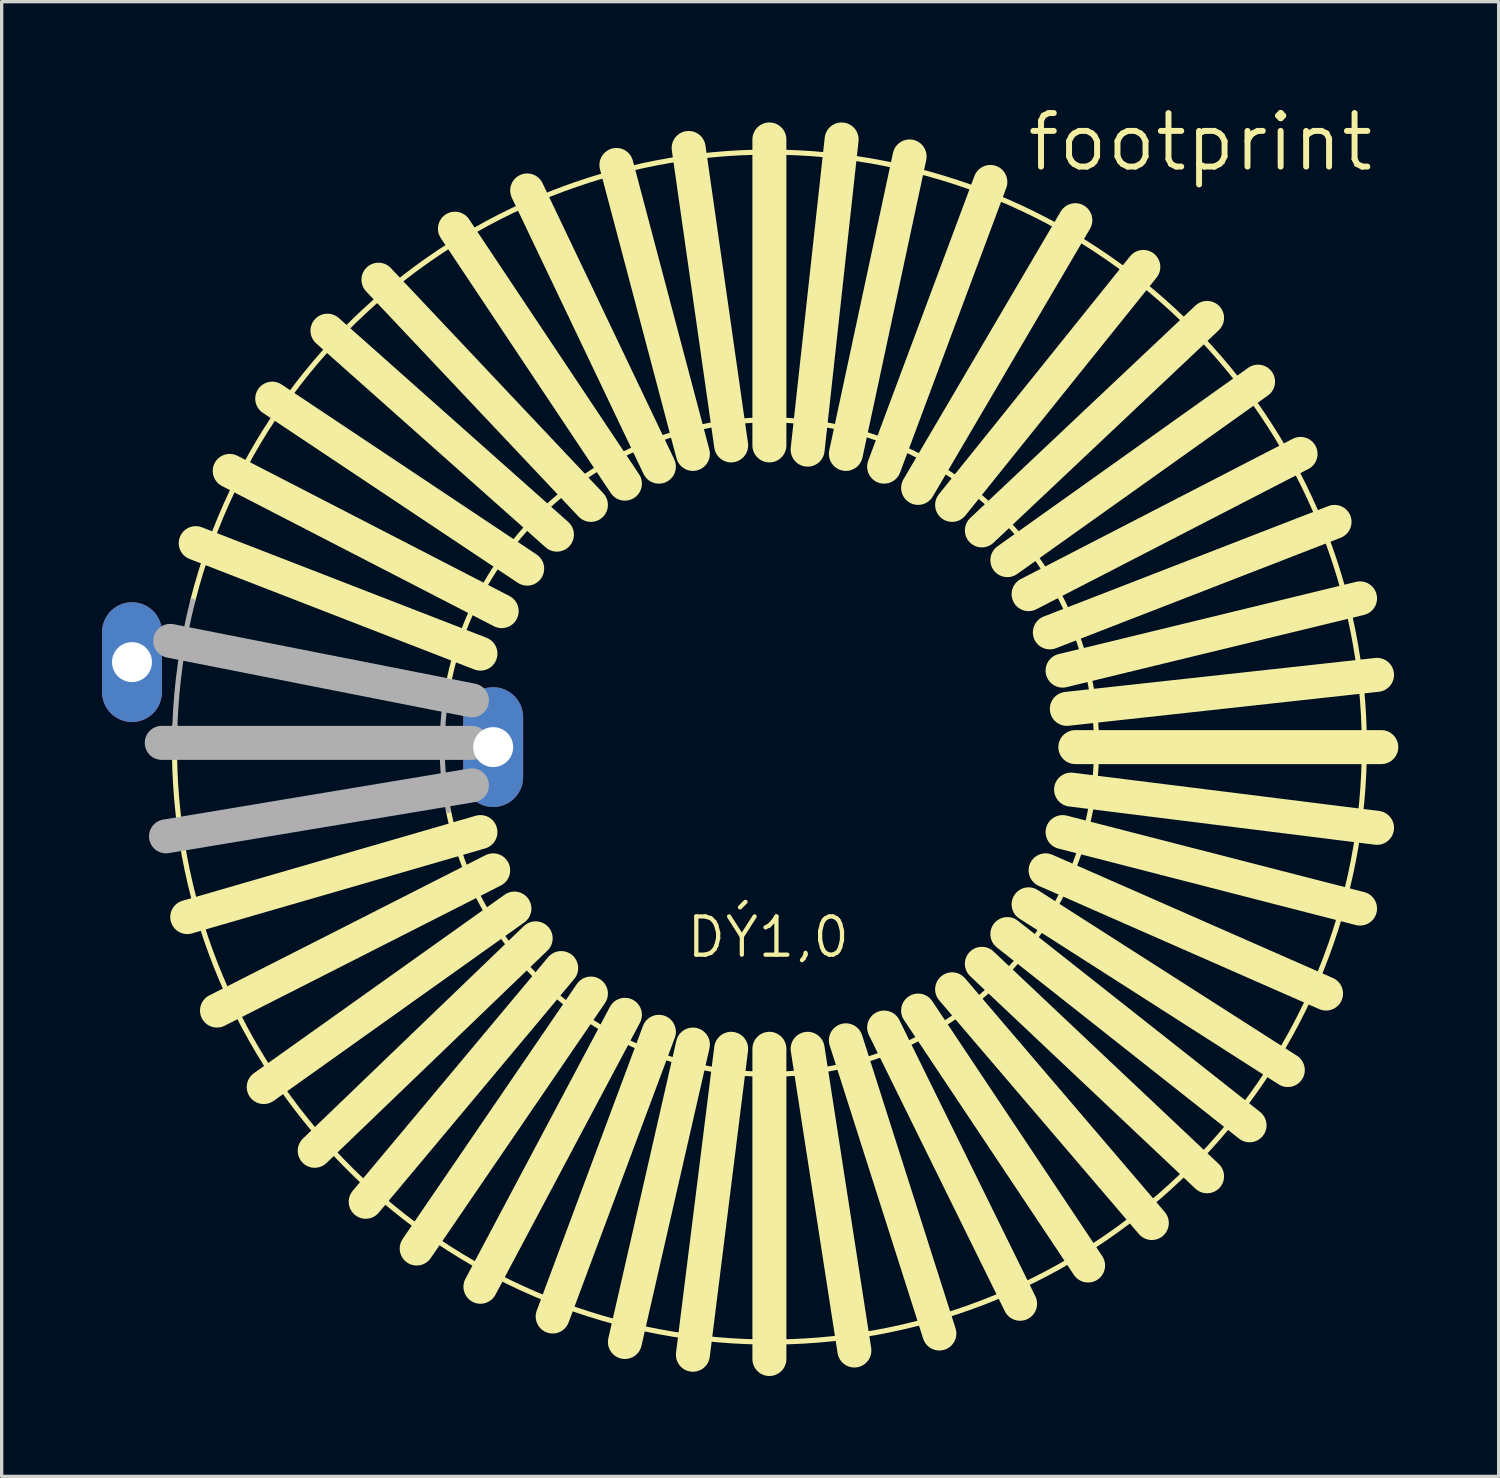
<source format=kicad_pcb>
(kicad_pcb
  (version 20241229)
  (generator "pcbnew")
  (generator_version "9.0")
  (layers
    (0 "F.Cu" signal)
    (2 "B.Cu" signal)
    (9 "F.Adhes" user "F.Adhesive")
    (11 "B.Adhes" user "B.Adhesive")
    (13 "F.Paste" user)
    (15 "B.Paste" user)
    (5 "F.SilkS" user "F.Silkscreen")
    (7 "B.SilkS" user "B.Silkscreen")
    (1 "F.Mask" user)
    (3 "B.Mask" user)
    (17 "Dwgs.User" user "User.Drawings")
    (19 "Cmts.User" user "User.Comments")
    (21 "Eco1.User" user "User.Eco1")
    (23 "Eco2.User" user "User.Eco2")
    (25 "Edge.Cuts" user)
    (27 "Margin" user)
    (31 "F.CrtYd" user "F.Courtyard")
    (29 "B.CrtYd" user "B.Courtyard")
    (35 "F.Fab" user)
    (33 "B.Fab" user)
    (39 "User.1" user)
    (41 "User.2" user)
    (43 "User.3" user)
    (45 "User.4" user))
  (footprint "footprint"
    (layer "F.Cu")
    (at 19.945 19.279)
    (property "Reference" "footprint" (at 7.62 -17.145 0) (layer "F.SilkS") (effects (font (size 1.6 1.6) (thickness 0.178)) (justify left bottom)))
    (fp_line (start -8.636 -2.794) (end -17.145 -6.096) (stroke (width 1.016) (type solid)) (layer "F.SilkS"))
    (fp_line (start -8.636 2.54) (end -17.399 5.08) (stroke (width 1.016) (type solid)) (layer "F.SilkS"))
    (fp_line (start -8.255 3.683) (end -16.51 7.874) (stroke (width 1.016) (type solid)) (layer "F.SilkS"))
    (fp_line (start -8.001 -4.064) (end -16.129 -8.255) (stroke (width 1.016) (type solid)) (layer "F.SilkS"))
    (fp_line (start -7.62 4.826) (end -15.113 10.16) (stroke (width 1.016) (type solid)) (layer "F.SilkS"))
    (fp_line (start -7.239 -5.334) (end -14.859 -10.414) (stroke (width 1.016) (type solid)) (layer "F.SilkS"))
    (fp_line (start -6.985 5.715) (end -13.589 12.065) (stroke (width 1.016) (type solid)) (layer "F.SilkS"))
    (fp_line (start -6.35 -6.35) (end -13.208 -12.446) (stroke (width 1.016) (type solid)) (layer "F.SilkS"))
    (fp_line (start -6.223 6.604) (end -12.065 13.589) (stroke (width 1.016) (type solid)) (layer "F.SilkS"))
    (fp_line (start -5.334 -7.239) (end -11.684 -13.97) (stroke (width 1.016) (type solid)) (layer "F.SilkS"))
    (fp_line (start -5.334 7.366) (end -10.541 14.986) (stroke (width 1.016) (type solid)) (layer "F.SilkS"))
    (fp_line (start -4.318 -7.874) (end -9.398 -15.494) (stroke (width 1.016) (type solid)) (layer "F.SilkS"))
    (fp_line (start -4.318 8.001) (end -8.636 16.129) (stroke (width 1.016) (type solid)) (layer "F.SilkS"))
    (fp_line (start -3.302 -8.382) (end -7.239 -16.637) (stroke (width 1.016) (type solid)) (layer "F.SilkS"))
    (fp_line (start -3.302 8.509) (end -6.477 17.018) (stroke (width 1.016) (type solid)) (layer "F.SilkS"))
    (fp_line (start -2.286 -8.763) (end -4.572 -17.399) (stroke (width 1.016) (type solid)) (layer "F.SilkS"))
    (fp_line (start -2.286 8.89) (end -4.318 17.78) (stroke (width 1.016) (type solid)) (layer "F.SilkS"))
    (fp_line (start -1.143 -9.017) (end -2.413 -17.907) (stroke (width 1.016) (type solid)) (layer "F.SilkS"))
    (fp_line (start -1.143 9.017) (end -2.286 18.161) (stroke (width 1.016) (type solid)) (layer "F.SilkS"))
    (fp_line (start 0 -9.017) (end 0 -18.161) (stroke (width 1.016) (type solid)) (layer "F.SilkS"))
    (fp_line (start 0 9.017) (end 0 18.288) (stroke (width 1.016) (type solid)) (layer "F.SilkS"))
    (fp_line (start 1.143 -8.89) (end 2.159 -18.161) (stroke (width 1.016) (type solid)) (layer "F.SilkS"))
    (fp_line (start 1.143 9.017) (end 2.54 18.034) (stroke (width 1.016) (type solid)) (layer "F.SilkS"))
    (fp_line (start 2.286 -8.763) (end 4.191 -17.653) (stroke (width 1.016) (type solid)) (layer "F.SilkS"))
    (fp_line (start 2.286 8.763) (end 5.08 17.526) (stroke (width 1.016) (type solid)) (layer "F.SilkS"))
    (fp_line (start 3.429 -8.382) (end 6.604 -16.891) (stroke (width 1.016) (type solid)) (layer "F.SilkS"))
    (fp_line (start 3.429 8.382) (end 7.493 16.637) (stroke (width 1.016) (type solid)) (layer "F.SilkS"))
    (fp_line (start 4.445 -7.747) (end 9.144 -15.748) (stroke (width 1.016) (type solid)) (layer "F.SilkS"))
    (fp_line (start 4.445 7.874) (end 9.525 15.494) (stroke (width 1.016) (type solid)) (layer "F.SilkS"))
    (fp_line (start 5.461 -7.239) (end 11.176 -14.351) (stroke (width 1.016) (type solid)) (layer "F.SilkS"))
    (fp_line (start 5.461 7.239) (end 11.43 14.224) (stroke (width 1.016) (type solid)) (layer "F.SilkS"))
    (fp_line (start 6.35 -6.477) (end 13.081 -12.827) (stroke (width 1.016) (type solid)) (layer "F.SilkS"))
    (fp_line (start 6.35 6.477) (end 13.081 12.827) (stroke (width 1.016) (type solid)) (layer "F.SilkS"))
    (fp_line (start 7.112 -5.588) (end 14.605 -10.922) (stroke (width 1.016) (type solid)) (layer "F.SilkS"))
    (fp_line (start 7.112 5.588) (end 14.351 11.303) (stroke (width 1.016) (type solid)) (layer "F.SilkS"))
    (fp_line (start 7.747 -4.572) (end 15.875 -8.763) (stroke (width 1.016) (type solid)) (layer "F.SilkS"))
    (fp_line (start 7.747 4.699) (end 15.494 9.652) (stroke (width 1.016) (type solid)) (layer "F.SilkS"))
    (fp_line (start 8.255 3.683) (end 16.637 7.366) (stroke (width 1.016) (type solid)) (layer "F.SilkS"))
    (fp_line (start 8.382 -3.429) (end 16.891 -6.731) (stroke (width 1.016) (type solid)) (layer "F.SilkS"))
    (fp_line (start 8.763 -2.286) (end 17.653 -4.445) (stroke (width 1.016) (type solid)) (layer "F.SilkS"))
    (fp_line (start 8.763 2.54) (end 17.653 4.826) (stroke (width 1.016) (type solid)) (layer "F.SilkS"))
    (fp_line (start 8.89 -1.143) (end 18.161 -2.159) (stroke (width 1.016) (type solid)) (layer "F.SilkS"))
    (fp_line (start 9.017 1.27) (end 18.161 2.413) (stroke (width 1.016) (type solid)) (layer "F.SilkS"))
    (fp_line (start 9.144 0) (end 18.288 0) (stroke (width 1.016) (type solid)) (layer "F.SilkS"))
    (fp_arc (start -17.2358 -4.3656) (mid 17.601366 2.5141) (end -17.7687 -0.635) (stroke (width 0.1524) (type solid)) (layer "F.SilkS"))
    (fp_arc (start -9.5934 -1.8959) (mid 9.778945 0) (end -9.5934 1.8959) (stroke (width 0.1524) (type solid)) (layer "F.SilkS"))
    (fp_line (start -8.89 -1.397) (end -17.907 -3.175) (stroke (width 1.016) (type solid)) (layer "F.Fab"))
    (fp_line (start -8.89 -0.127) (end -18.161 -0.127) (stroke (width 1.016) (type solid)) (layer "F.Fab"))
    (fp_line (start -8.89 1.143) (end -18.034 2.667) (stroke (width 1.016) (type solid)) (layer "F.Fab"))
    (fp_arc (start -17.7686 -0.635) (mid -17.601267 -2.514458) (end -17.2357 -4.3656) (stroke (width 0.1524) (type solid)) (layer "F.Fab"))
    (fp_arc (start -9.5934 1.8959) (mid -9.778945 0) (end -9.5934 -1.8959) (stroke (width 0.1524) (type solid)) (layer "F.Fab"))
    (fp_text user "DÝ1,0" (at -2.54 6.35 0) (layer "F.SilkS") (effects (font (size 1.143 1.143) (thickness 0.127)) (justify left bottom)))
    (pad "1" thru_hole oval (at -19.05 -2.54 90) (size 3.581 1.791) (drill 1.194) (layers "*.Cu" "*.Mask"))
    (pad "2" thru_hole oval (at -8.255 0 90) (size 3.581 1.791) (drill 1.194) (layers "*.Cu" "*.Mask")))
  (gr_rect
    (start -3 -3)
    (end 41.741 41.075)
    (stroke (width 0.1) (type default))
    (fill no)
    (layer "Edge.Cuts")))
</source>
